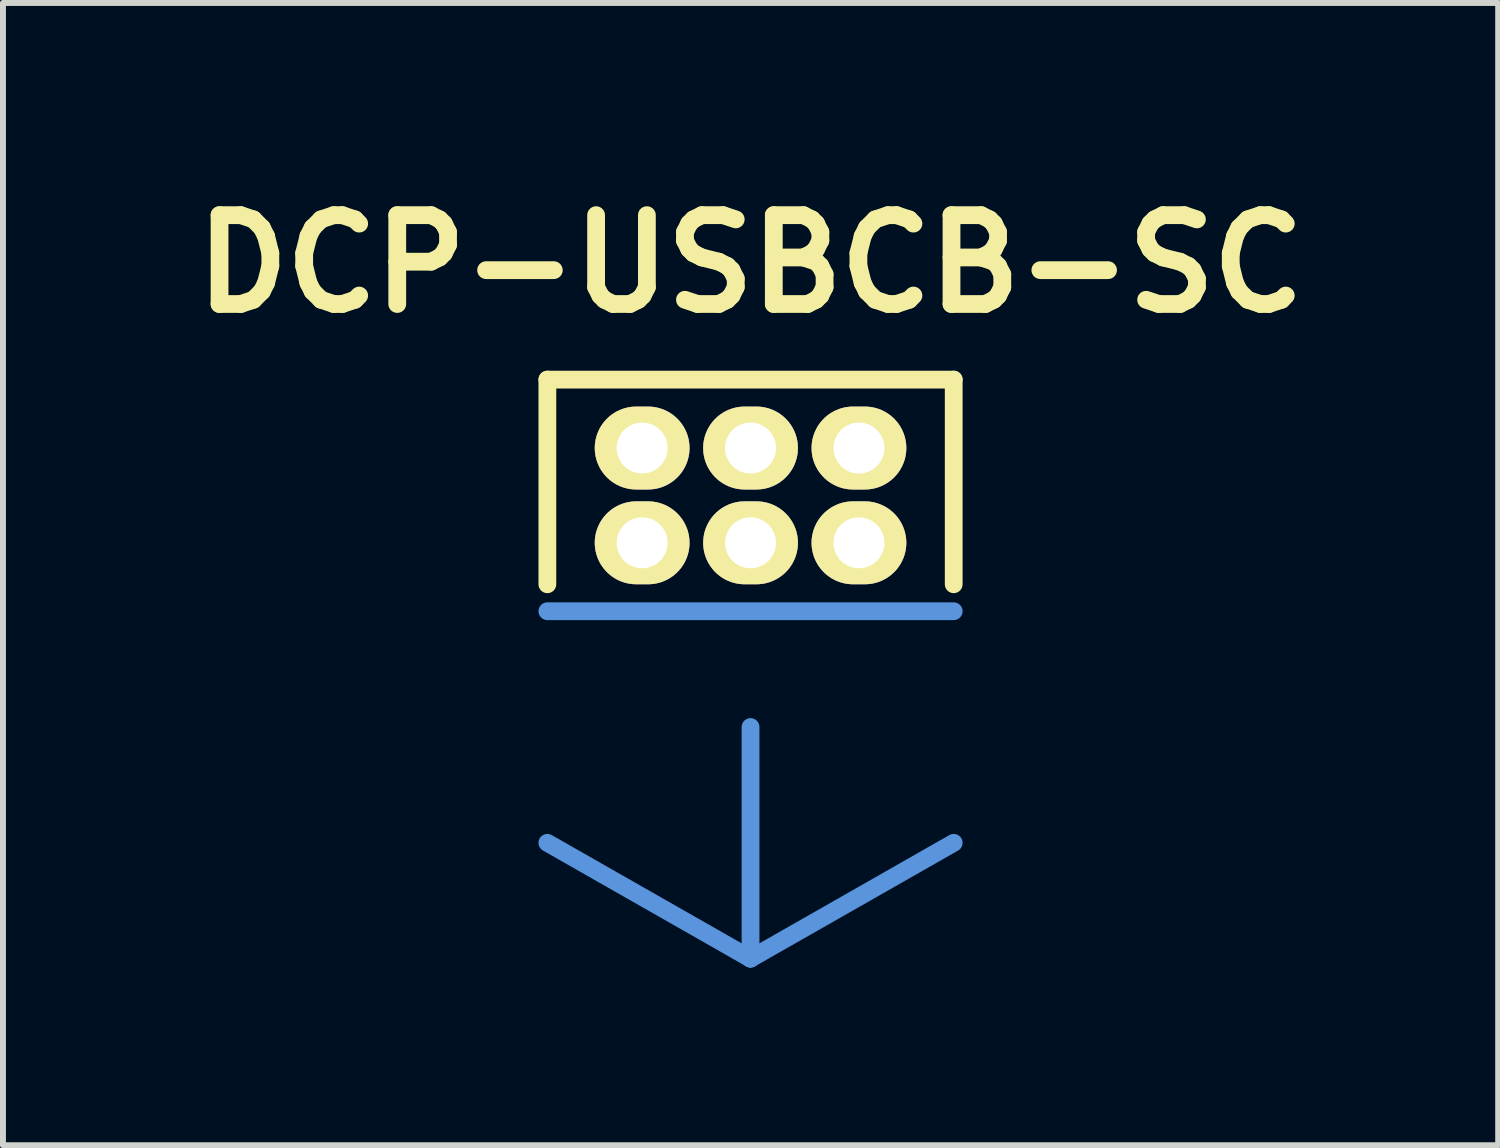
<source format=kicad_pcb>
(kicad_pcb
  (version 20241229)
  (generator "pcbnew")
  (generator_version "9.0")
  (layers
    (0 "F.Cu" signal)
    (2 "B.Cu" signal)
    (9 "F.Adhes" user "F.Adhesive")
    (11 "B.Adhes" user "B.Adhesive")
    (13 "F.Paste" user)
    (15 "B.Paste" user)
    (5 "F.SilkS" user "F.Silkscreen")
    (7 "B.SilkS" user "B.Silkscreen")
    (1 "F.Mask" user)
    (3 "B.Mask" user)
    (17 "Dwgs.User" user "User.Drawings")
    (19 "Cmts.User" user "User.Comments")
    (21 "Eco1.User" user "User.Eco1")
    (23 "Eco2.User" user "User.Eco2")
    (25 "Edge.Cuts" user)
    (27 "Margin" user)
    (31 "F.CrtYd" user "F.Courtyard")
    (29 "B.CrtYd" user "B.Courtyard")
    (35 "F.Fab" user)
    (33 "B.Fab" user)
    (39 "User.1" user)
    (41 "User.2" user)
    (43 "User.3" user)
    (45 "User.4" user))
  (footprint "DCP-USBCB-SC"
    (layer "F.Cu")
    (at 9.621 5.314)
    (property "Reference" "DCP-USBCB-SC" (at 0 -3.91 0) (layer "F.SilkS") (effects (font (size 1.5 1.5) (thickness 0.3))))
    (attr through_hole)
    (fp_line (start -3.43 -1.955) (end -3.43 1.5) (stroke (width 0.3) (type solid)) (layer "F.SilkS"))
    (fp_line (start 3.43 -1.955) (end -3.43 -1.955) (stroke (width 0.3) (type solid)) (layer "F.SilkS"))
    (fp_line (start 3.43 1.5) (end 3.43 -1.955) (stroke (width 0.3) (type solid)) (layer "F.SilkS"))
    (fp_line (start -3.43 1.955) (end 3.43 1.955) (stroke (width 0.3) (type solid)) (layer "Cmts.User"))
    (fp_line (start 0 3.91) (end 0 7.82) (stroke (width 0.3) (type solid)) (layer "Cmts.User"))
    (fp_line (start 0 7.82) (end -3.43 5.865) (stroke (width 0.3) (type solid)) (layer "Cmts.User"))
    (fp_line (start 0 7.82) (end 3.43 5.865) (stroke (width 0.3) (type solid)) (layer "Cmts.User"))
    (pad "1" thru_hole oval (at -1.83 -0.8) (size 1.6 1.4) (drill 0.86) (layers "*.Cu" "*.Mask" "F.SilkS"))
    (pad "2" thru_hole oval (at -1.83 0.8) (size 1.6 1.4) (drill 0.86) (layers "*.Cu" "*.Mask" "F.SilkS"))
    (pad "3" thru_hole oval (at 0 0.8) (size 1.6 1.4) (drill 0.86) (layers "*.Cu" "*.Mask" "F.SilkS"))
    (pad "4" thru_hole oval (at 0 -0.8) (size 1.6 1.4) (drill 0.86) (layers "*.Cu" "*.Mask" "F.SilkS"))
    (pad "5" thru_hole oval (at 1.83 -0.8) (size 1.6 1.4) (drill 0.86) (layers "*.Cu" "*.Mask" "F.SilkS"))
    (pad "6" thru_hole oval (at 1.83 0.8) (size 1.6 1.4) (drill 0.86) (layers "*.Cu" "*.Mask" "F.SilkS")))
  (gr_rect
    (start -3 -3)
    (end 22.243 16.284)
    (stroke (width 0.1) (type default))
    (fill no)
    (layer "Edge.Cuts")))
</source>
